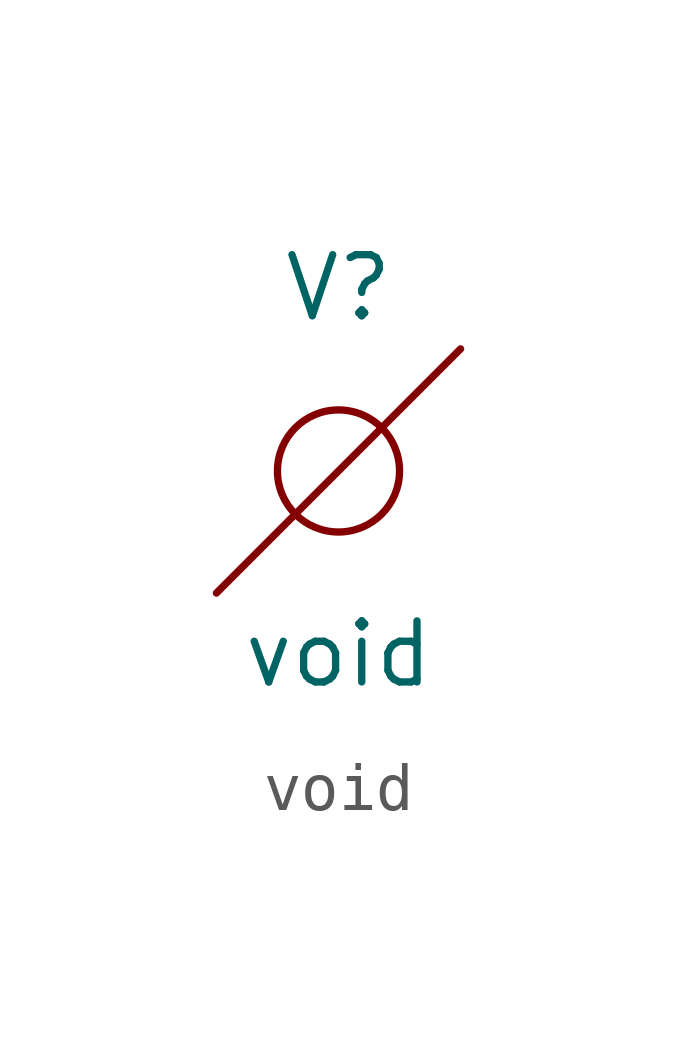
<source format=kicad_sym>
(kicad_symbol_lib
  (version 20211014)
  (generator kicad_symbol_editor)
  (symbol "void"
    (property "Reference" "V"
      (at 0 3.81 0)
      (effects (font (size 1.27 1.27))))
    (property "Value" "void"
      (at 0 -3.81 0)
      (effects (font (size 1.27 1.27))))
    (symbol "void_0_1"
      (polyline (pts (xy -2.54 -2.54) (xy 2.54 2.54)) (stroke (width 0) (type default) (color 0 0 0 0)) (fill (type none)))
      (circle (center 0 0) (radius 1.27) (stroke (width 0) (type default) (color 0 0 0 0)) (fill (type none))))))
</source>
